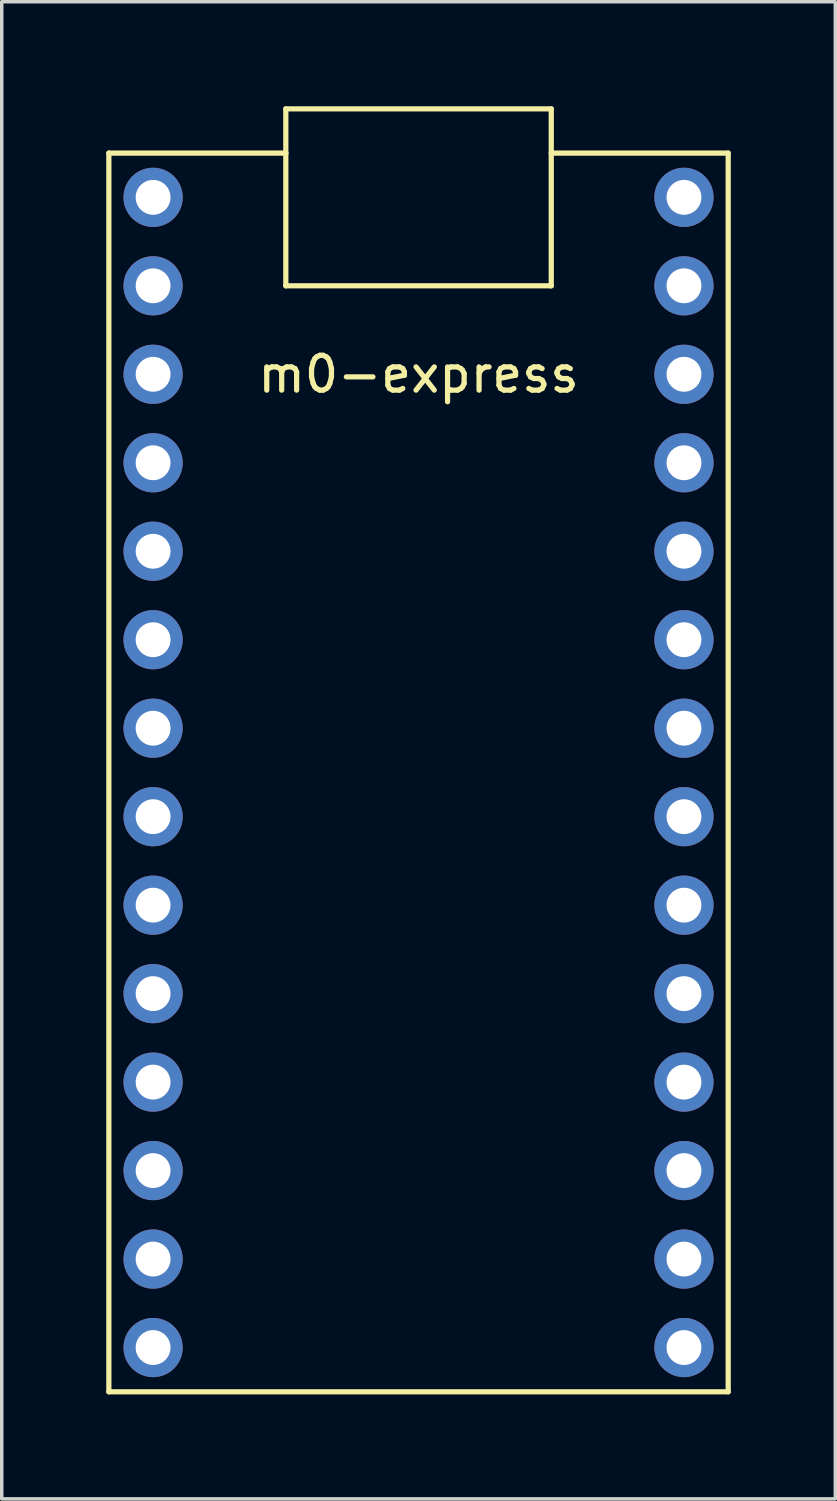
<source format=kicad_pcb>
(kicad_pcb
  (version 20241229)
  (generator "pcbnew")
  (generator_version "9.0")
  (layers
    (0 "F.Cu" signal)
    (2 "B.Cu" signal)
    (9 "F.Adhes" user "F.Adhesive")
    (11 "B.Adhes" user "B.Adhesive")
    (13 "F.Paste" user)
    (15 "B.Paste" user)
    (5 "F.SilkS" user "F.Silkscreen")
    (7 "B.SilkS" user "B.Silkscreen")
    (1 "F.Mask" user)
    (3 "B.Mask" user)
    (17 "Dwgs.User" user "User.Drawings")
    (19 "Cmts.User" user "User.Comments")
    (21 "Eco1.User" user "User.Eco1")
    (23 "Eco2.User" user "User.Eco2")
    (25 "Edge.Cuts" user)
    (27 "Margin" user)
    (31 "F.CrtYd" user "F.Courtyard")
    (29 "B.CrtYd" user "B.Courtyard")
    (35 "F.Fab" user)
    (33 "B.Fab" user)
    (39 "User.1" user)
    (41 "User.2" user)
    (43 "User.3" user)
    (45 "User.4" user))
  (footprint "m0-express"
    (layer "F.Cu")
    (at 8.965 20.395)
    (property "Reference" "m0-express" (at 0 -12.7 0) (layer "F.SilkS") (effects (font (size 1 1) (thickness 0.15))))
    (attr through_hole)
    (fp_line (start -8.89 16.51) (end -8.89 -19.05) (stroke (width 0.15) (type solid)) (layer "F.SilkS"))
    (fp_line (start -3.81 -20.32) (end 3.81 -20.32) (stroke (width 0.15) (type solid)) (layer "F.SilkS"))
    (fp_line (start -3.81 -19.05) (end -8.89 -19.05) (stroke (width 0.15) (type solid)) (layer "F.SilkS"))
    (fp_line (start -3.81 -19.05) (end -3.81 -20.32) (stroke (width 0.15) (type solid)) (layer "F.SilkS"))
    (fp_line (start -3.81 -15.24) (end -3.81 -19.05) (stroke (width 0.15) (type solid)) (layer "F.SilkS"))
    (fp_line (start 3.81 -20.32) (end 3.81 -15.24) (stroke (width 0.15) (type solid)) (layer "F.SilkS"))
    (fp_line (start 3.81 -19.05) (end 8.89 -19.05) (stroke (width 0.15) (type solid)) (layer "F.SilkS"))
    (fp_line (start 3.81 -15.24) (end -3.81 -15.24) (stroke (width 0.15) (type solid)) (layer "F.SilkS"))
    (fp_line (start 8.89 -19.05) (end 8.89 16.51) (stroke (width 0.15) (type solid)) (layer "F.SilkS"))
    (fp_line (start 8.89 16.51) (end -8.89 16.51) (stroke (width 0.15) (type solid)) (layer "F.SilkS"))
    (pad "1" thru_hole circle (at -7.62 -17.78) (size 1.7 1.7) (drill 1) (layers "*.Cu" "*.Mask"))
    (pad "2" thru_hole circle (at -7.62 -15.24) (size 1.7 1.7) (drill 1) (layers "*.Cu" "*.Mask"))
    (pad "3" thru_hole circle (at -7.62 -12.7) (size 1.7 1.7) (drill 1) (layers "*.Cu" "*.Mask"))
    (pad "4" thru_hole circle (at -7.62 -10.16) (size 1.7 1.7) (drill 1) (layers "*.Cu" "*.Mask"))
    (pad "5" thru_hole circle (at -7.62 -7.62) (size 1.7 1.7) (drill 1) (layers "*.Cu" "*.Mask"))
    (pad "6" thru_hole circle (at -7.62 -5.08) (size 1.7 1.7) (drill 1) (layers "*.Cu" "*.Mask"))
    (pad "7" thru_hole circle (at -7.62 -2.54) (size 1.7 1.7) (drill 1) (layers "*.Cu" "*.Mask"))
    (pad "8" thru_hole circle (at -7.62 0) (size 1.7 1.7) (drill 1) (layers "*.Cu" "*.Mask"))
    (pad "9" thru_hole circle (at -7.62 2.54) (size 1.7 1.7) (drill 1) (layers "*.Cu" "*.Mask"))
    (pad "10" thru_hole circle (at -7.62 5.08) (size 1.7 1.7) (drill 1) (layers "*.Cu" "*.Mask"))
    (pad "11" thru_hole circle (at -7.62 7.62) (size 1.7 1.7) (drill 1) (layers "*.Cu" "*.Mask"))
    (pad "12" thru_hole circle (at -7.62 10.16) (size 1.7 1.7) (drill 1) (layers "*.Cu" "*.Mask"))
    (pad "13" thru_hole circle (at -7.62 12.7) (size 1.7 1.7) (drill 1) (layers "*.Cu" "*.Mask"))
    (pad "14" thru_hole circle (at -7.62 15.24) (size 1.7 1.7) (drill 1) (layers "*.Cu" "*.Mask"))
    (pad "15" thru_hole circle (at 7.62 15.24) (size 1.7 1.7) (drill 1) (layers "*.Cu" "*.Mask"))
    (pad "16" thru_hole circle (at 7.62 12.7) (size 1.7 1.7) (drill 1) (layers "*.Cu" "*.Mask"))
    (pad "17" thru_hole circle (at 7.62 10.16) (size 1.7 1.7) (drill 1) (layers "*.Cu" "*.Mask"))
    (pad "18" thru_hole circle (at 7.62 7.62) (size 1.7 1.7) (drill 1) (layers "*.Cu" "*.Mask"))
    (pad "19" thru_hole circle (at 7.62 5.08) (size 1.7 1.7) (drill 1) (layers "*.Cu" "*.Mask"))
    (pad "20" thru_hole circle (at 7.62 2.54) (size 1.7 1.7) (drill 1) (layers "*.Cu" "*.Mask"))
    (pad "21" thru_hole circle (at 7.62 0) (size 1.7 1.7) (drill 1) (layers "*.Cu" "*.Mask"))
    (pad "22" thru_hole circle (at 7.62 -2.54) (size 1.7 1.7) (drill 1) (layers "*.Cu" "*.Mask"))
    (pad "23" thru_hole circle (at 7.62 -5.08) (size 1.7 1.7) (drill 1) (layers "*.Cu" "*.Mask"))
    (pad "24" thru_hole circle (at 7.62 -7.62) (size 1.7 1.7) (drill 1) (layers "*.Cu" "*.Mask"))
    (pad "25" thru_hole circle (at 7.62 -10.16) (size 1.7 1.7) (drill 1) (layers "*.Cu" "*.Mask"))
    (pad "26" thru_hole circle (at 7.62 -12.7) (size 1.7 1.7) (drill 1) (layers "*.Cu" "*.Mask"))
    (pad "27" thru_hole circle (at 7.62 -15.24) (size 1.7 1.7) (drill 1) (layers "*.Cu" "*.Mask"))
    (pad "28" thru_hole circle (at 7.62 -17.78) (size 1.7 1.7) (drill 1) (layers "*.Cu" "*.Mask")))
  (gr_rect
    (start -3 -3)
    (end 20.93 39.98)
    (stroke (width 0.1) (type default))
    (fill no)
    (layer "Edge.Cuts")))
</source>
